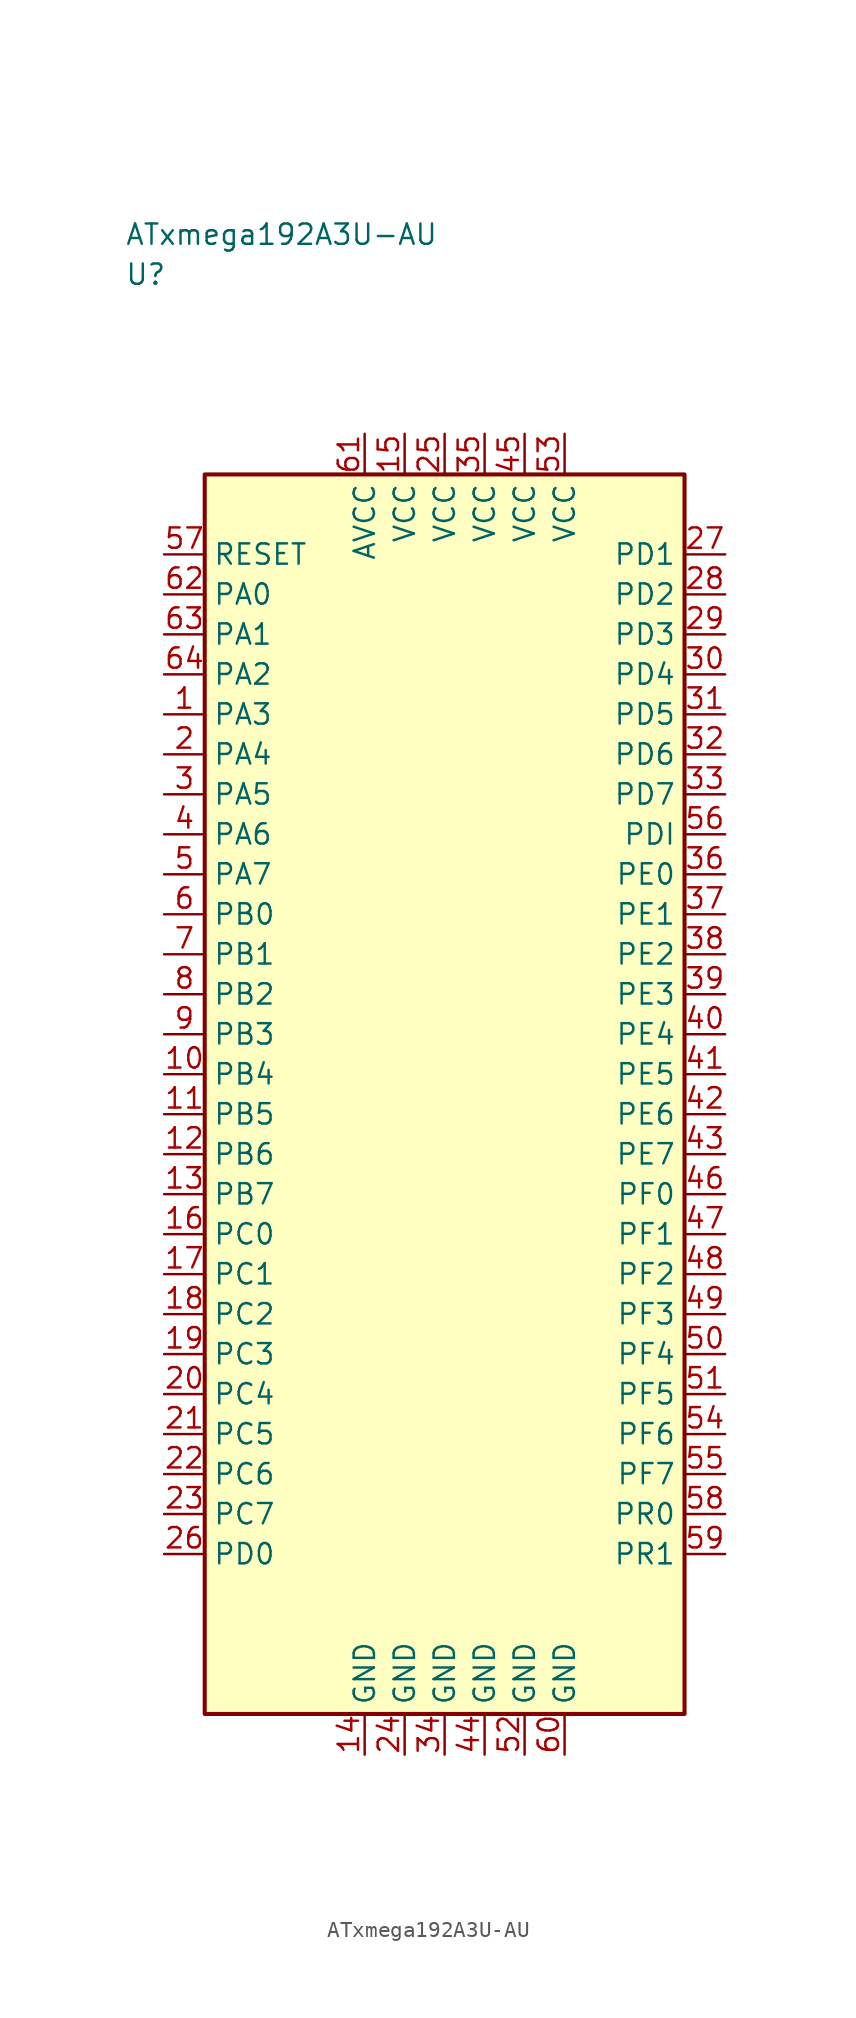
<source format=kicad_sym>
(kicad_symbol_lib
  (version 20241025)
  (generator "kicad_symbol_editor")
  (generator_version "8.0")
  (symbol "ATxmega192A3U-AU"
    (property "Reference" "U"
      (at -20.0 51.25 0)
      (effects (font (size 1.27 1.27)) (justify left)))
    (property "Value" "ATxmega192A3U-AU"
      (at -20.0 53.75 0)
      (effects (font (size 1.27 1.27)) (justify left)))
    (symbol "ATxmega192A3U-AU_0_1"
      (rectangle (start -15.0 38.75) (end 15.0 -38.75) (stroke (width 0.254) (type default)) (fill (type background))))
    (symbol "ATxmega192A3U-AU_1_1"
      (pin bidirectional line (at -17.54 23.75 0.0) (length 2.54) (name "PA3" (effects (font (size 1.27 1.27)))) (number "1" (effects (font (size 1.27 1.27)))))
      (pin bidirectional line (at -17.54 21.25 0.0) (length 2.54) (name "PA4" (effects (font (size 1.27 1.27)))) (number "2" (effects (font (size 1.27 1.27)))))
      (pin bidirectional line (at -17.54 18.75 0.0) (length 2.54) (name "PA5" (effects (font (size 1.27 1.27)))) (number "3" (effects (font (size 1.27 1.27)))))
      (pin bidirectional line (at -17.54 16.25 0.0) (length 2.54) (name "PA6" (effects (font (size 1.27 1.27)))) (number "4" (effects (font (size 1.27 1.27)))))
      (pin bidirectional line (at -17.54 13.75 0.0) (length 2.54) (name "PA7" (effects (font (size 1.27 1.27)))) (number "5" (effects (font (size 1.27 1.27)))))
      (pin bidirectional line (at -17.54 11.25 0.0) (length 2.54) (name "PB0" (effects (font (size 1.27 1.27)))) (number "6" (effects (font (size 1.27 1.27)))))
      (pin bidirectional line (at -17.54 8.75 0.0) (length 2.54) (name "PB1" (effects (font (size 1.27 1.27)))) (number "7" (effects (font (size 1.27 1.27)))))
      (pin bidirectional line (at -17.54 6.25 0.0) (length 2.54) (name "PB2" (effects (font (size 1.27 1.27)))) (number "8" (effects (font (size 1.27 1.27)))))
      (pin bidirectional line (at -17.54 3.75 0.0) (length 2.54) (name "PB3" (effects (font (size 1.27 1.27)))) (number "9" (effects (font (size 1.27 1.27)))))
      (pin bidirectional line (at -17.54 1.25 0.0) (length 2.54) (name "PB4" (effects (font (size 1.27 1.27)))) (number "10" (effects (font (size 1.27 1.27)))))
      (pin bidirectional line (at -17.54 -1.25 0.0) (length 2.54) (name "PB5" (effects (font (size 1.27 1.27)))) (number "11" (effects (font (size 1.27 1.27)))))
      (pin bidirectional line (at -17.54 -3.75 0.0) (length 2.54) (name "PB6" (effects (font (size 1.27 1.27)))) (number "12" (effects (font (size 1.27 1.27)))))
      (pin bidirectional line (at -17.54 -6.25 0.0) (length 2.54) (name "PB7" (effects (font (size 1.27 1.27)))) (number "13" (effects (font (size 1.27 1.27)))))
      (pin passive line (at -5.0 -41.29 90.0) (length 2.54) (name "GND" (effects (font (size 1.27 1.27)))) (number "14" (effects (font (size 1.27 1.27)))))
      (pin power_in line (at -2.5 41.29 270.0) (length 2.54) (name "VCC" (effects (font (size 1.27 1.27)))) (number "15" (effects (font (size 1.27 1.27)))))
      (pin bidirectional line (at -17.54 -8.75 0.0) (length 2.54) (name "PC0" (effects (font (size 1.27 1.27)))) (number "16" (effects (font (size 1.27 1.27)))))
      (pin bidirectional line (at -17.54 -11.25 0.0) (length 2.54) (name "PC1" (effects (font (size 1.27 1.27)))) (number "17" (effects (font (size 1.27 1.27)))))
      (pin bidirectional line (at -17.54 -13.75 0.0) (length 2.54) (name "PC2" (effects (font (size 1.27 1.27)))) (number "18" (effects (font (size 1.27 1.27)))))
      (pin bidirectional line (at -17.54 -16.25 0.0) (length 2.54) (name "PC3" (effects (font (size 1.27 1.27)))) (number "19" (effects (font (size 1.27 1.27)))))
      (pin bidirectional line (at -17.54 -18.75 0.0) (length 2.54) (name "PC4" (effects (font (size 1.27 1.27)))) (number "20" (effects (font (size 1.27 1.27)))))
      (pin bidirectional line (at -17.54 -21.25 0.0) (length 2.54) (name "PC5" (effects (font (size 1.27 1.27)))) (number "21" (effects (font (size 1.27 1.27)))))
      (pin bidirectional line (at -17.54 -23.75 0.0) (length 2.54) (name "PC6" (effects (font (size 1.27 1.27)))) (number "22" (effects (font (size 1.27 1.27)))))
      (pin bidirectional line (at -17.54 -26.25 0.0) (length 2.54) (name "PC7" (effects (font (size 1.27 1.27)))) (number "23" (effects (font (size 1.27 1.27)))))
      (pin passive line (at -2.5 -41.29 90.0) (length 2.54) (name "GND" (effects (font (size 1.27 1.27)))) (number "24" (effects (font (size 1.27 1.27)))))
      (pin power_in line (at 0.0 41.29 270.0) (length 2.54) (name "VCC" (effects (font (size 1.27 1.27)))) (number "25" (effects (font (size 1.27 1.27)))))
      (pin bidirectional line (at -17.54 -28.75 0.0) (length 2.54) (name "PD0" (effects (font (size 1.27 1.27)))) (number "26" (effects (font (size 1.27 1.27)))))
      (pin bidirectional line (at 17.54 33.75 180.0) (length 2.54) (name "PD1" (effects (font (size 1.27 1.27)))) (number "27" (effects (font (size 1.27 1.27)))))
      (pin bidirectional line (at 17.54 31.25 180.0) (length 2.54) (name "PD2" (effects (font (size 1.27 1.27)))) (number "28" (effects (font (size 1.27 1.27)))))
      (pin bidirectional line (at 17.54 28.75 180.0) (length 2.54) (name "PD3" (effects (font (size 1.27 1.27)))) (number "29" (effects (font (size 1.27 1.27)))))
      (pin bidirectional line (at 17.54 26.25 180.0) (length 2.54) (name "PD4" (effects (font (size 1.27 1.27)))) (number "30" (effects (font (size 1.27 1.27)))))
      (pin bidirectional line (at 17.54 23.75 180.0) (length 2.54) (name "PD5" (effects (font (size 1.27 1.27)))) (number "31" (effects (font (size 1.27 1.27)))))
      (pin bidirectional line (at 17.54 21.25 180.0) (length 2.54) (name "PD6" (effects (font (size 1.27 1.27)))) (number "32" (effects (font (size 1.27 1.27)))))
      (pin bidirectional line (at 17.54 18.75 180.0) (length 2.54) (name "PD7" (effects (font (size 1.27 1.27)))) (number "33" (effects (font (size 1.27 1.27)))))
      (pin passive line (at 0.0 -41.29 90.0) (length 2.54) (name "GND" (effects (font (size 1.27 1.27)))) (number "34" (effects (font (size 1.27 1.27)))))
      (pin power_in line (at 2.5 41.29 270.0) (length 2.54) (name "VCC" (effects (font (size 1.27 1.27)))) (number "35" (effects (font (size 1.27 1.27)))))
      (pin bidirectional line (at 17.54 13.75 180.0) (length 2.54) (name "PE0" (effects (font (size 1.27 1.27)))) (number "36" (effects (font (size 1.27 1.27)))))
      (pin bidirectional line (at 17.54 11.25 180.0) (length 2.54) (name "PE1" (effects (font (size 1.27 1.27)))) (number "37" (effects (font (size 1.27 1.27)))))
      (pin bidirectional line (at 17.54 8.75 180.0) (length 2.54) (name "PE2" (effects (font (size 1.27 1.27)))) (number "38" (effects (font (size 1.27 1.27)))))
      (pin bidirectional line (at 17.54 6.25 180.0) (length 2.54) (name "PE3" (effects (font (size 1.27 1.27)))) (number "39" (effects (font (size 1.27 1.27)))))
      (pin bidirectional line (at 17.54 3.75 180.0) (length 2.54) (name "PE4" (effects (font (size 1.27 1.27)))) (number "40" (effects (font (size 1.27 1.27)))))
      (pin bidirectional line (at 17.54 1.25 180.0) (length 2.54) (name "PE5" (effects (font (size 1.27 1.27)))) (number "41" (effects (font (size 1.27 1.27)))))
      (pin bidirectional line (at 17.54 -1.25 180.0) (length 2.54) (name "PE6" (effects (font (size 1.27 1.27)))) (number "42" (effects (font (size 1.27 1.27)))))
      (pin bidirectional line (at 17.54 -3.75 180.0) (length 2.54) (name "PE7" (effects (font (size 1.27 1.27)))) (number "43" (effects (font (size 1.27 1.27)))))
      (pin passive line (at 2.5 -41.29 90.0) (length 2.54) (name "GND" (effects (font (size 1.27 1.27)))) (number "44" (effects (font (size 1.27 1.27)))))
      (pin power_in line (at 5.0 41.29 270.0) (length 2.54) (name "VCC" (effects (font (size 1.27 1.27)))) (number "45" (effects (font (size 1.27 1.27)))))
      (pin bidirectional line (at 17.54 -6.25 180.0) (length 2.54) (name "PF0" (effects (font (size 1.27 1.27)))) (number "46" (effects (font (size 1.27 1.27)))))
      (pin bidirectional line (at 17.54 -8.75 180.0) (length 2.54) (name "PF1" (effects (font (size 1.27 1.27)))) (number "47" (effects (font (size 1.27 1.27)))))
      (pin bidirectional line (at 17.54 -11.25 180.0) (length 2.54) (name "PF2" (effects (font (size 1.27 1.27)))) (number "48" (effects (font (size 1.27 1.27)))))
      (pin bidirectional line (at 17.54 -13.75 180.0) (length 2.54) (name "PF3" (effects (font (size 1.27 1.27)))) (number "49" (effects (font (size 1.27 1.27)))))
      (pin bidirectional line (at 17.54 -16.25 180.0) (length 2.54) (name "PF4" (effects (font (size 1.27 1.27)))) (number "50" (effects (font (size 1.27 1.27)))))
      (pin bidirectional line (at 17.54 -18.75 180.0) (length 2.54) (name "PF5" (effects (font (size 1.27 1.27)))) (number "51" (effects (font (size 1.27 1.27)))))
      (pin passive line (at 5.0 -41.29 90.0) (length 2.54) (name "GND" (effects (font (size 1.27 1.27)))) (number "52" (effects (font (size 1.27 1.27)))))
      (pin power_in line (at 7.5 41.29 270.0) (length 2.54) (name "VCC" (effects (font (size 1.27 1.27)))) (number "53" (effects (font (size 1.27 1.27)))))
      (pin bidirectional line (at 17.54 -21.25 180.0) (length 2.54) (name "PF6" (effects (font (size 1.27 1.27)))) (number "54" (effects (font (size 1.27 1.27)))))
      (pin bidirectional line (at 17.54 -23.75 180.0) (length 2.54) (name "PF7" (effects (font (size 1.27 1.27)))) (number "55" (effects (font (size 1.27 1.27)))))
      (pin bidirectional line (at 17.54 16.25 180.0) (length 2.54) (name "PDI" (effects (font (size 1.27 1.27)))) (number "56" (effects (font (size 1.27 1.27)))))
      (pin input line (at -17.54 33.75 0.0) (length 2.54) (name "RESET" (effects (font (size 1.27 1.27)))) (number "57" (effects (font (size 1.27 1.27)))))
      (pin bidirectional line (at 17.54 -26.25 180.0) (length 2.54) (name "PR0" (effects (font (size 1.27 1.27)))) (number "58" (effects (font (size 1.27 1.27)))))
      (pin bidirectional line (at 17.54 -28.75 180.0) (length 2.54) (name "PR1" (effects (font (size 1.27 1.27)))) (number "59" (effects (font (size 1.27 1.27)))))
      (pin passive line (at 7.5 -41.29 90.0) (length 2.54) (name "GND" (effects (font (size 1.27 1.27)))) (number "60" (effects (font (size 1.27 1.27)))))
      (pin power_in line (at -5.0 41.29 270.0) (length 2.54) (name "AVCC" (effects (font (size 1.27 1.27)))) (number "61" (effects (font (size 1.27 1.27)))))
      (pin bidirectional line (at -17.54 31.25 0.0) (length 2.54) (name "PA0" (effects (font (size 1.27 1.27)))) (number "62" (effects (font (size 1.27 1.27)))))
      (pin bidirectional line (at -17.54 28.75 0.0) (length 2.54) (name "PA1" (effects (font (size 1.27 1.27)))) (number "63" (effects (font (size 1.27 1.27)))))
      (pin bidirectional line (at -17.54 26.25 0.0) (length 2.54) (name "PA2" (effects (font (size 1.27 1.27)))) (number "64" (effects (font (size 1.27 1.27))))))))
</source>
